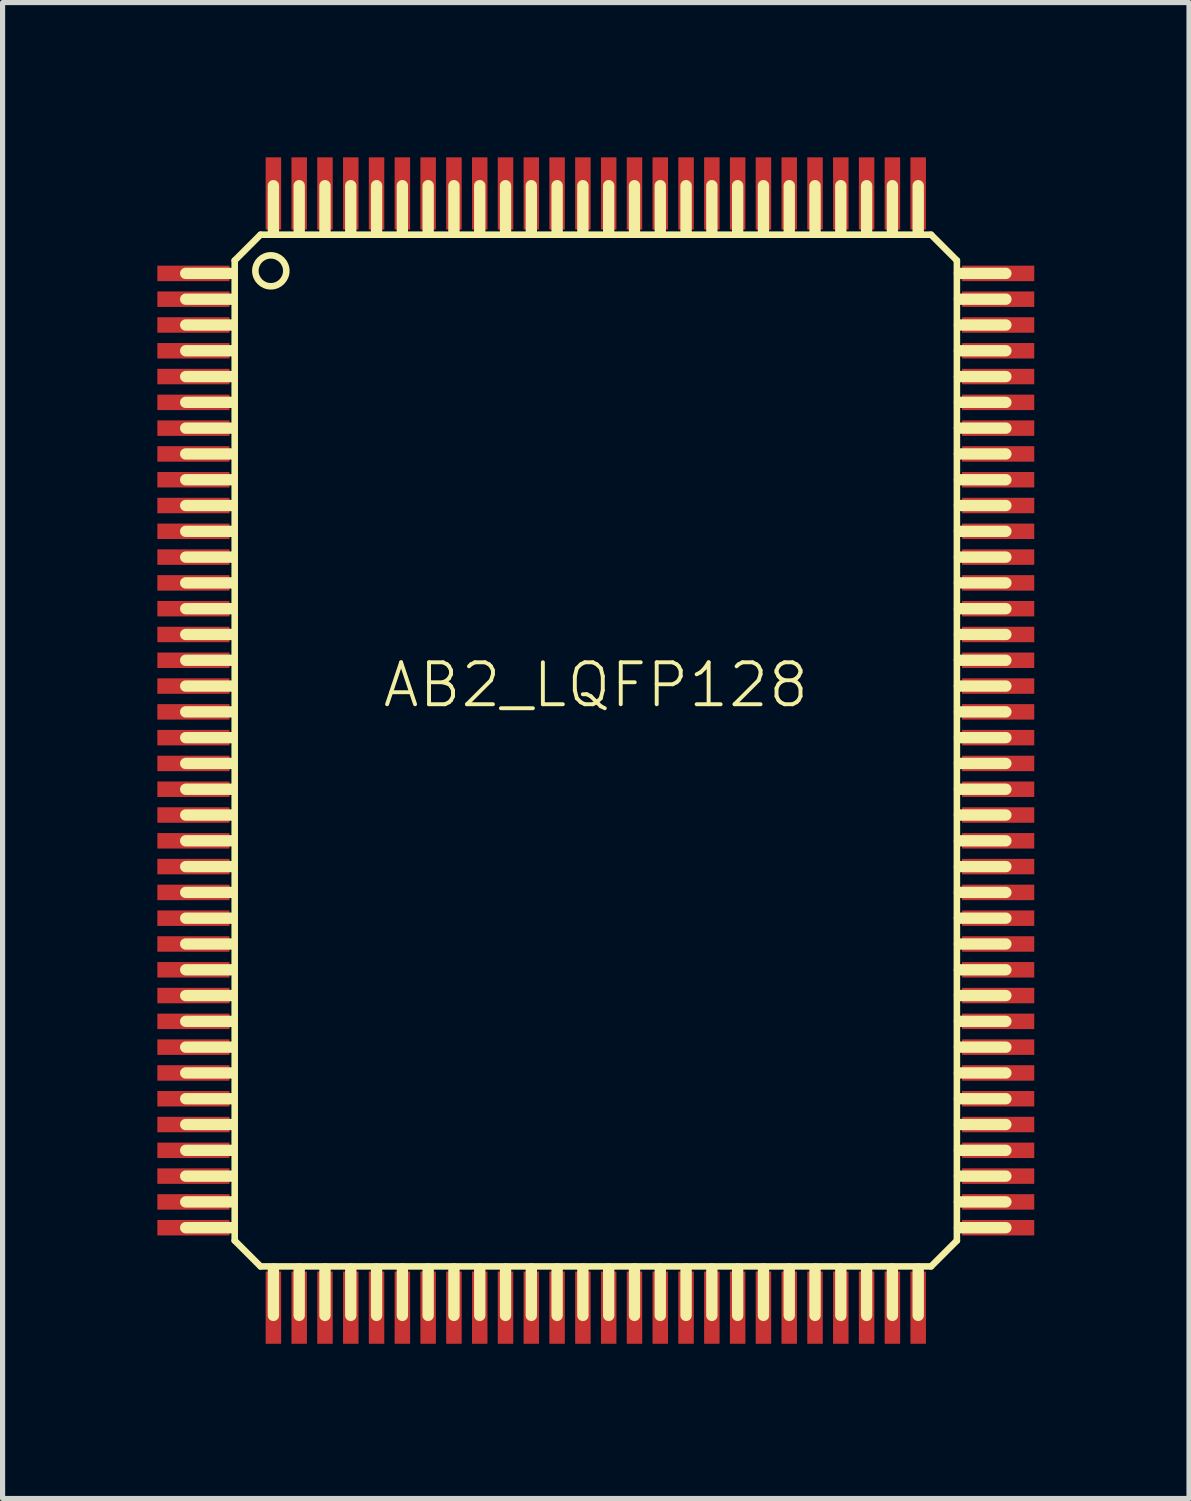
<source format=kicad_pcb>
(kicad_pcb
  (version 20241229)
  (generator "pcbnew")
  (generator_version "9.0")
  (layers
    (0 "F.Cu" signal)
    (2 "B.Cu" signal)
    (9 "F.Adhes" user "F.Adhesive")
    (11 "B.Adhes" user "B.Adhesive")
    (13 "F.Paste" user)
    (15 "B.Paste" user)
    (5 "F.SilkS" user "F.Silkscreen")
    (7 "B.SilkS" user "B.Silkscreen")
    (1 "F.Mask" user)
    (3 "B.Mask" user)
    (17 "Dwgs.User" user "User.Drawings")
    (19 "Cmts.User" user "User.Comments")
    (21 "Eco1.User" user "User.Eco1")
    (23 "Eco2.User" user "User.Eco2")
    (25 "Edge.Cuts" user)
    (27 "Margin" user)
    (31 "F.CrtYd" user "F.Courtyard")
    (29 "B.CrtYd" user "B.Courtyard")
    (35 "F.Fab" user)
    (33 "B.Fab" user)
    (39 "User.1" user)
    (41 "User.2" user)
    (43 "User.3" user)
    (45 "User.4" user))
  (footprint "AB2_LQFP128"
    (layer "F.Cu")
    (at 8.5 11.5)
    (property "Reference" "AB2_LQFP128" (at 0 -1.27 0) (layer "F.SilkS") (effects (font (size 0.813 0.813) (thickness 0.076))))
    (attr through_hole)
    (fp_line (start -7.05 -9.25) (end -7.95 -9.25) (stroke (width 0.22) (type solid)) (layer "F.SilkS"))
    (fp_line (start -7.05 -8.75) (end -7.95 -8.75) (stroke (width 0.22) (type solid)) (layer "F.SilkS"))
    (fp_line (start -7.05 -8.25) (end -7.95 -8.25) (stroke (width 0.22) (type solid)) (layer "F.SilkS"))
    (fp_line (start -7.05 -7.75) (end -7.95 -7.75) (stroke (width 0.22) (type solid)) (layer "F.SilkS"))
    (fp_line (start -7.05 -7.25) (end -7.95 -7.25) (stroke (width 0.22) (type solid)) (layer "F.SilkS"))
    (fp_line (start -7.05 -6.75) (end -7.95 -6.75) (stroke (width 0.22) (type solid)) (layer "F.SilkS"))
    (fp_line (start -7.05 -6.25) (end -7.95 -6.25) (stroke (width 0.22) (type solid)) (layer "F.SilkS"))
    (fp_line (start -7.05 -5.75) (end -7.95 -5.75) (stroke (width 0.22) (type solid)) (layer "F.SilkS"))
    (fp_line (start -7.05 -5.25) (end -7.95 -5.25) (stroke (width 0.22) (type solid)) (layer "F.SilkS"))
    (fp_line (start -7.05 -4.75) (end -7.95 -4.75) (stroke (width 0.22) (type solid)) (layer "F.SilkS"))
    (fp_line (start -7.05 -4.25) (end -7.95 -4.25) (stroke (width 0.22) (type solid)) (layer "F.SilkS"))
    (fp_line (start -7.05 -3.75) (end -7.95 -3.75) (stroke (width 0.22) (type solid)) (layer "F.SilkS"))
    (fp_line (start -7.05 -3.25) (end -7.95 -3.25) (stroke (width 0.22) (type solid)) (layer "F.SilkS"))
    (fp_line (start -7.05 -2.75) (end -7.95 -2.75) (stroke (width 0.22) (type solid)) (layer "F.SilkS"))
    (fp_line (start -7.05 -2.25) (end -7.95 -2.25) (stroke (width 0.22) (type solid)) (layer "F.SilkS"))
    (fp_line (start -7.05 -1.75) (end -7.95 -1.75) (stroke (width 0.22) (type solid)) (layer "F.SilkS"))
    (fp_line (start -7.05 -1.25) (end -7.95 -1.25) (stroke (width 0.22) (type solid)) (layer "F.SilkS"))
    (fp_line (start -7.05 -0.75) (end -7.95 -0.75) (stroke (width 0.22) (type solid)) (layer "F.SilkS"))
    (fp_line (start -7.05 -0.25) (end -7.95 -0.25) (stroke (width 0.22) (type solid)) (layer "F.SilkS"))
    (fp_line (start -7.05 0.25) (end -7.95 0.25) (stroke (width 0.22) (type solid)) (layer "F.SilkS"))
    (fp_line (start -7.05 0.75) (end -7.95 0.75) (stroke (width 0.22) (type solid)) (layer "F.SilkS"))
    (fp_line (start -7.05 1.25) (end -7.95 1.25) (stroke (width 0.22) (type solid)) (layer "F.SilkS"))
    (fp_line (start -7.05 1.75) (end -7.95 1.75) (stroke (width 0.22) (type solid)) (layer "F.SilkS"))
    (fp_line (start -7.05 2.25) (end -7.95 2.25) (stroke (width 0.22) (type solid)) (layer "F.SilkS"))
    (fp_line (start -7.05 2.75) (end -7.95 2.75) (stroke (width 0.22) (type solid)) (layer "F.SilkS"))
    (fp_line (start -7.05 3.25) (end -7.95 3.25) (stroke (width 0.22) (type solid)) (layer "F.SilkS"))
    (fp_line (start -7.05 3.75) (end -7.95 3.75) (stroke (width 0.22) (type solid)) (layer "F.SilkS"))
    (fp_line (start -7.05 4.25) (end -7.95 4.25) (stroke (width 0.22) (type solid)) (layer "F.SilkS"))
    (fp_line (start -7.05 4.75) (end -7.95 4.75) (stroke (width 0.22) (type solid)) (layer "F.SilkS"))
    (fp_line (start -7.05 5.25) (end -7.95 5.25) (stroke (width 0.22) (type solid)) (layer "F.SilkS"))
    (fp_line (start -7.05 5.75) (end -7.95 5.75) (stroke (width 0.22) (type solid)) (layer "F.SilkS"))
    (fp_line (start -7.05 6.25) (end -7.95 6.25) (stroke (width 0.22) (type solid)) (layer "F.SilkS"))
    (fp_line (start -7.05 6.75) (end -7.95 6.75) (stroke (width 0.22) (type solid)) (layer "F.SilkS"))
    (fp_line (start -7.05 7.25) (end -7.95 7.25) (stroke (width 0.22) (type solid)) (layer "F.SilkS"))
    (fp_line (start -7.05 7.75) (end -7.95 7.75) (stroke (width 0.22) (type solid)) (layer "F.SilkS"))
    (fp_line (start -7.05 8.25) (end -7.95 8.25) (stroke (width 0.22) (type solid)) (layer "F.SilkS"))
    (fp_line (start -7.05 8.75) (end -7.95 8.75) (stroke (width 0.22) (type solid)) (layer "F.SilkS"))
    (fp_line (start -7.05 9.25) (end -7.95 9.25) (stroke (width 0.22) (type solid)) (layer "F.SilkS"))
    (fp_line (start -7 -9.5) (end -6.5 -10) (stroke (width 0.127) (type solid)) (layer "F.SilkS"))
    (fp_line (start -7 9.5) (end -7 -9.5) (stroke (width 0.127) (type solid)) (layer "F.SilkS"))
    (fp_line (start -6.5 -10) (end 6.5 -10) (stroke (width 0.127) (type solid)) (layer "F.SilkS"))
    (fp_line (start -6.5 10) (end -7 9.5) (stroke (width 0.127) (type solid)) (layer "F.SilkS"))
    (fp_line (start -6.25 -10.95) (end -6.25 -10.05) (stroke (width 0.22) (type solid)) (layer "F.SilkS"))
    (fp_line (start -6.25 10.05) (end -6.25 10.95) (stroke (width 0.22) (type solid)) (layer "F.SilkS"))
    (fp_line (start -5.75 -10.95) (end -5.75 -10.05) (stroke (width 0.22) (type solid)) (layer "F.SilkS"))
    (fp_line (start -5.75 10.05) (end -5.75 10.95) (stroke (width 0.22) (type solid)) (layer "F.SilkS"))
    (fp_line (start -5.25 -10.95) (end -5.25 -10.05) (stroke (width 0.22) (type solid)) (layer "F.SilkS"))
    (fp_line (start -5.25 10.05) (end -5.25 10.95) (stroke (width 0.22) (type solid)) (layer "F.SilkS"))
    (fp_line (start -4.75 -10.95) (end -4.75 -10.05) (stroke (width 0.22) (type solid)) (layer "F.SilkS"))
    (fp_line (start -4.75 10.05) (end -4.75 10.95) (stroke (width 0.22) (type solid)) (layer "F.SilkS"))
    (fp_line (start -4.25 -10.95) (end -4.25 -10.05) (stroke (width 0.22) (type solid)) (layer "F.SilkS"))
    (fp_line (start -4.25 10.05) (end -4.25 10.95) (stroke (width 0.22) (type solid)) (layer "F.SilkS"))
    (fp_line (start -3.75 -10.95) (end -3.75 -10.05) (stroke (width 0.22) (type solid)) (layer "F.SilkS"))
    (fp_line (start -3.75 10.05) (end -3.75 10.95) (stroke (width 0.22) (type solid)) (layer "F.SilkS"))
    (fp_line (start -3.25 -10.95) (end -3.25 -10.05) (stroke (width 0.22) (type solid)) (layer "F.SilkS"))
    (fp_line (start -3.25 10.05) (end -3.25 10.95) (stroke (width 0.22) (type solid)) (layer "F.SilkS"))
    (fp_line (start -2.75 -10.95) (end -2.75 -10.05) (stroke (width 0.22) (type solid)) (layer "F.SilkS"))
    (fp_line (start -2.75 10.05) (end -2.75 10.95) (stroke (width 0.22) (type solid)) (layer "F.SilkS"))
    (fp_line (start -2.25 -10.95) (end -2.25 -10.05) (stroke (width 0.22) (type solid)) (layer "F.SilkS"))
    (fp_line (start -2.25 10.05) (end -2.25 10.95) (stroke (width 0.22) (type solid)) (layer "F.SilkS"))
    (fp_line (start -1.75 -10.95) (end -1.75 -10.05) (stroke (width 0.22) (type solid)) (layer "F.SilkS"))
    (fp_line (start -1.75 10.05) (end -1.75 10.95) (stroke (width 0.22) (type solid)) (layer "F.SilkS"))
    (fp_line (start -1.25 -10.95) (end -1.25 -10.05) (stroke (width 0.22) (type solid)) (layer "F.SilkS"))
    (fp_line (start -1.25 10.05) (end -1.25 10.95) (stroke (width 0.22) (type solid)) (layer "F.SilkS"))
    (fp_line (start -0.75 -10.95) (end -0.75 -10.05) (stroke (width 0.22) (type solid)) (layer "F.SilkS"))
    (fp_line (start -0.75 10.05) (end -0.75 10.95) (stroke (width 0.22) (type solid)) (layer "F.SilkS"))
    (fp_line (start -0.25 -10.95) (end -0.25 -10.05) (stroke (width 0.22) (type solid)) (layer "F.SilkS"))
    (fp_line (start -0.25 10.05) (end -0.25 10.95) (stroke (width 0.22) (type solid)) (layer "F.SilkS"))
    (fp_line (start 0.25 -10.95) (end 0.25 -10.05) (stroke (width 0.22) (type solid)) (layer "F.SilkS"))
    (fp_line (start 0.25 10.05) (end 0.25 10.95) (stroke (width 0.22) (type solid)) (layer "F.SilkS"))
    (fp_line (start 0.75 -10.95) (end 0.75 -10.05) (stroke (width 0.22) (type solid)) (layer "F.SilkS"))
    (fp_line (start 0.75 10.05) (end 0.75 10.95) (stroke (width 0.22) (type solid)) (layer "F.SilkS"))
    (fp_line (start 1.25 -10.95) (end 1.25 -10.05) (stroke (width 0.22) (type solid)) (layer "F.SilkS"))
    (fp_line (start 1.25 10.05) (end 1.25 10.95) (stroke (width 0.22) (type solid)) (layer "F.SilkS"))
    (fp_line (start 1.75 -10.95) (end 1.75 -10.05) (stroke (width 0.22) (type solid)) (layer "F.SilkS"))
    (fp_line (start 1.75 10.05) (end 1.75 10.95) (stroke (width 0.22) (type solid)) (layer "F.SilkS"))
    (fp_line (start 2.25 -10.95) (end 2.25 -10.05) (stroke (width 0.22) (type solid)) (layer "F.SilkS"))
    (fp_line (start 2.25 10.05) (end 2.25 10.95) (stroke (width 0.22) (type solid)) (layer "F.SilkS"))
    (fp_line (start 2.75 -10.95) (end 2.75 -10.05) (stroke (width 0.22) (type solid)) (layer "F.SilkS"))
    (fp_line (start 2.75 10.05) (end 2.75 10.95) (stroke (width 0.22) (type solid)) (layer "F.SilkS"))
    (fp_line (start 3.25 -10.95) (end 3.25 -10.05) (stroke (width 0.22) (type solid)) (layer "F.SilkS"))
    (fp_line (start 3.25 10.05) (end 3.25 10.95) (stroke (width 0.22) (type solid)) (layer "F.SilkS"))
    (fp_line (start 3.75 -10.95) (end 3.75 -10.05) (stroke (width 0.22) (type solid)) (layer "F.SilkS"))
    (fp_line (start 3.75 10.05) (end 3.75 10.95) (stroke (width 0.22) (type solid)) (layer "F.SilkS"))
    (fp_line (start 4.25 -10.95) (end 4.25 -10.05) (stroke (width 0.22) (type solid)) (layer "F.SilkS"))
    (fp_line (start 4.25 10.05) (end 4.25 10.95) (stroke (width 0.22) (type solid)) (layer "F.SilkS"))
    (fp_line (start 4.75 -10.95) (end 4.75 -10.05) (stroke (width 0.22) (type solid)) (layer "F.SilkS"))
    (fp_line (start 4.75 10.05) (end 4.75 10.95) (stroke (width 0.22) (type solid)) (layer "F.SilkS"))
    (fp_line (start 5.25 -10.95) (end 5.25 -10.05) (stroke (width 0.22) (type solid)) (layer "F.SilkS"))
    (fp_line (start 5.25 10.05) (end 5.25 10.95) (stroke (width 0.22) (type solid)) (layer "F.SilkS"))
    (fp_line (start 5.75 -10.95) (end 5.75 -10.05) (stroke (width 0.22) (type solid)) (layer "F.SilkS"))
    (fp_line (start 5.75 10.05) (end 5.75 10.95) (stroke (width 0.22) (type solid)) (layer "F.SilkS"))
    (fp_line (start 6.25 -10.95) (end 6.25 -10.05) (stroke (width 0.22) (type solid)) (layer "F.SilkS"))
    (fp_line (start 6.25 10.05) (end 6.25 10.95) (stroke (width 0.22) (type solid)) (layer "F.SilkS"))
    (fp_line (start 6.5 -10) (end 7 -9.5) (stroke (width 0.127) (type solid)) (layer "F.SilkS"))
    (fp_line (start 6.5 10) (end -6.5 10) (stroke (width 0.127) (type solid)) (layer "F.SilkS"))
    (fp_line (start 7 -9.5) (end 7 9.5) (stroke (width 0.127) (type solid)) (layer "F.SilkS"))
    (fp_line (start 7 9.5) (end 6.5 10) (stroke (width 0.127) (type solid)) (layer "F.SilkS"))
    (fp_line (start 7.95 -9.25) (end 7.05 -9.25) (stroke (width 0.22) (type solid)) (layer "F.SilkS"))
    (fp_line (start 7.95 -8.75) (end 7.05 -8.75) (stroke (width 0.22) (type solid)) (layer "F.SilkS"))
    (fp_line (start 7.95 -8.25) (end 7.05 -8.25) (stroke (width 0.22) (type solid)) (layer "F.SilkS"))
    (fp_line (start 7.95 -7.75) (end 7.05 -7.75) (stroke (width 0.22) (type solid)) (layer "F.SilkS"))
    (fp_line (start 7.95 -7.25) (end 7.05 -7.25) (stroke (width 0.22) (type solid)) (layer "F.SilkS"))
    (fp_line (start 7.95 -6.75) (end 7.05 -6.75) (stroke (width 0.22) (type solid)) (layer "F.SilkS"))
    (fp_line (start 7.95 -6.25) (end 7.05 -6.25) (stroke (width 0.22) (type solid)) (layer "F.SilkS"))
    (fp_line (start 7.95 -5.75) (end 7.05 -5.75) (stroke (width 0.22) (type solid)) (layer "F.SilkS"))
    (fp_line (start 7.95 -5.25) (end 7.05 -5.25) (stroke (width 0.22) (type solid)) (layer "F.SilkS"))
    (fp_line (start 7.95 -4.75) (end 7.05 -4.75) (stroke (width 0.22) (type solid)) (layer "F.SilkS"))
    (fp_line (start 7.95 -4.25) (end 7.05 -4.25) (stroke (width 0.22) (type solid)) (layer "F.SilkS"))
    (fp_line (start 7.95 -3.75) (end 7.05 -3.75) (stroke (width 0.22) (type solid)) (layer "F.SilkS"))
    (fp_line (start 7.95 -3.25) (end 7.05 -3.25) (stroke (width 0.22) (type solid)) (layer "F.SilkS"))
    (fp_line (start 7.95 -2.75) (end 7.05 -2.75) (stroke (width 0.22) (type solid)) (layer "F.SilkS"))
    (fp_line (start 7.95 -2.25) (end 7.05 -2.25) (stroke (width 0.22) (type solid)) (layer "F.SilkS"))
    (fp_line (start 7.95 -1.75) (end 7.05 -1.75) (stroke (width 0.22) (type solid)) (layer "F.SilkS"))
    (fp_line (start 7.95 -1.25) (end 7.05 -1.25) (stroke (width 0.22) (type solid)) (layer "F.SilkS"))
    (fp_line (start 7.95 -0.75) (end 7.05 -0.75) (stroke (width 0.22) (type solid)) (layer "F.SilkS"))
    (fp_line (start 7.95 -0.25) (end 7.05 -0.25) (stroke (width 0.22) (type solid)) (layer "F.SilkS"))
    (fp_line (start 7.95 0.25) (end 7.05 0.25) (stroke (width 0.22) (type solid)) (layer "F.SilkS"))
    (fp_line (start 7.95 0.75) (end 7.05 0.75) (stroke (width 0.22) (type solid)) (layer "F.SilkS"))
    (fp_line (start 7.95 1.25) (end 7.05 1.25) (stroke (width 0.22) (type solid)) (layer "F.SilkS"))
    (fp_line (start 7.95 1.75) (end 7.05 1.75) (stroke (width 0.22) (type solid)) (layer "F.SilkS"))
    (fp_line (start 7.95 2.25) (end 7.05 2.25) (stroke (width 0.22) (type solid)) (layer "F.SilkS"))
    (fp_line (start 7.95 2.75) (end 7.05 2.75) (stroke (width 0.22) (type solid)) (layer "F.SilkS"))
    (fp_line (start 7.95 3.25) (end 7.05 3.25) (stroke (width 0.22) (type solid)) (layer "F.SilkS"))
    (fp_line (start 7.95 3.75) (end 7.05 3.75) (stroke (width 0.22) (type solid)) (layer "F.SilkS"))
    (fp_line (start 7.95 4.25) (end 7.05 4.25) (stroke (width 0.22) (type solid)) (layer "F.SilkS"))
    (fp_line (start 7.95 4.75) (end 7.05 4.75) (stroke (width 0.22) (type solid)) (layer "F.SilkS"))
    (fp_line (start 7.95 5.25) (end 7.05 5.25) (stroke (width 0.22) (type solid)) (layer "F.SilkS"))
    (fp_line (start 7.95 5.75) (end 7.05 5.75) (stroke (width 0.22) (type solid)) (layer "F.SilkS"))
    (fp_line (start 7.95 6.25) (end 7.05 6.25) (stroke (width 0.22) (type solid)) (layer "F.SilkS"))
    (fp_line (start 7.95 6.75) (end 7.05 6.75) (stroke (width 0.22) (type solid)) (layer "F.SilkS"))
    (fp_line (start 7.95 7.25) (end 7.05 7.25) (stroke (width 0.22) (type solid)) (layer "F.SilkS"))
    (fp_line (start 7.95 7.75) (end 7.05 7.75) (stroke (width 0.22) (type solid)) (layer "F.SilkS"))
    (fp_line (start 7.95 8.25) (end 7.05 8.25) (stroke (width 0.22) (type solid)) (layer "F.SilkS"))
    (fp_line (start 7.95 8.75) (end 7.05 8.75) (stroke (width 0.22) (type solid)) (layer "F.SilkS"))
    (fp_line (start 7.95 9.25) (end 7.05 9.25) (stroke (width 0.22) (type solid)) (layer "F.SilkS"))
    (fp_circle (center -6.3 -9.3) (end -6.3 -9.6) (stroke (width 0.127) (type solid)) (fill no) (layer "F.SilkS"))
    (pad "1" smd rect (at -7.8 -9.25) (size 1.4 0.3) (layers "F.Cu" "F.Mask" "F.Paste"))
    (pad "2" smd rect (at -7.8 -8.75) (size 1.4 0.3) (layers "F.Cu" "F.Mask" "F.Paste"))
    (pad "3" smd rect (at -7.8 -8.25) (size 1.4 0.3) (layers "F.Cu" "F.Mask" "F.Paste"))
    (pad "4" smd rect (at -7.8 -7.75) (size 1.4 0.3) (layers "F.Cu" "F.Mask" "F.Paste"))
    (pad "5" smd rect (at -7.8 -7.25) (size 1.4 0.3) (layers "F.Cu" "F.Mask" "F.Paste"))
    (pad "6" smd rect (at -7.8 -6.75) (size 1.4 0.3) (layers "F.Cu" "F.Mask" "F.Paste"))
    (pad "7" smd rect (at -7.8 -6.25) (size 1.4 0.3) (layers "F.Cu" "F.Mask" "F.Paste"))
    (pad "8" smd rect (at -7.8 -5.75) (size 1.4 0.3) (layers "F.Cu" "F.Mask" "F.Paste"))
    (pad "9" smd rect (at -7.8 -5.25) (size 1.4 0.3) (layers "F.Cu" "F.Mask" "F.Paste"))
    (pad "10" smd rect (at -7.8 -4.75) (size 1.4 0.3) (layers "F.Cu" "F.Mask" "F.Paste"))
    (pad "11" smd rect (at -7.8 -4.25) (size 1.4 0.3) (layers "F.Cu" "F.Mask" "F.Paste"))
    (pad "12" smd rect (at -7.8 -3.75) (size 1.4 0.3) (layers "F.Cu" "F.Mask" "F.Paste"))
    (pad "13" smd rect (at -7.8 -3.25) (size 1.4 0.3) (layers "F.Cu" "F.Mask" "F.Paste"))
    (pad "14" smd rect (at -7.8 -2.75) (size 1.4 0.3) (layers "F.Cu" "F.Mask" "F.Paste"))
    (pad "15" smd rect (at -7.8 -2.25) (size 1.4 0.3) (layers "F.Cu" "F.Mask" "F.Paste"))
    (pad "16" smd rect (at -7.8 -1.75) (size 1.4 0.3) (layers "F.Cu" "F.Mask" "F.Paste"))
    (pad "17" smd rect (at -7.8 -1.25) (size 1.4 0.3) (layers "F.Cu" "F.Mask" "F.Paste"))
    (pad "18" smd rect (at -7.8 -0.75) (size 1.4 0.3) (layers "F.Cu" "F.Mask" "F.Paste"))
    (pad "19" smd rect (at -7.8 -0.25) (size 1.4 0.3) (layers "F.Cu" "F.Mask" "F.Paste"))
    (pad "20" smd rect (at -7.8 0.25) (size 1.4 0.3) (layers "F.Cu" "F.Mask" "F.Paste"))
    (pad "21" smd rect (at -7.8 0.75) (size 1.4 0.3) (layers "F.Cu" "F.Mask" "F.Paste"))
    (pad "22" smd rect (at -7.8 1.25) (size 1.4 0.3) (layers "F.Cu" "F.Mask" "F.Paste"))
    (pad "23" smd rect (at -7.8 1.75) (size 1.4 0.3) (layers "F.Cu" "F.Mask" "F.Paste"))
    (pad "24" smd rect (at -7.8 2.25) (size 1.4 0.3) (layers "F.Cu" "F.Mask" "F.Paste"))
    (pad "25" smd rect (at -7.8 2.75) (size 1.4 0.3) (layers "F.Cu" "F.Mask" "F.Paste"))
    (pad "26" smd rect (at -7.8 3.25) (size 1.4 0.3) (layers "F.Cu" "F.Mask" "F.Paste"))
    (pad "27" smd rect (at -7.8 3.75) (size 1.4 0.3) (layers "F.Cu" "F.Mask" "F.Paste"))
    (pad "28" smd rect (at -7.8 4.25) (size 1.4 0.3) (layers "F.Cu" "F.Mask" "F.Paste"))
    (pad "29" smd rect (at -7.8 4.75) (size 1.4 0.3) (layers "F.Cu" "F.Mask" "F.Paste"))
    (pad "30" smd rect (at -7.8 5.25) (size 1.4 0.3) (layers "F.Cu" "F.Mask" "F.Paste"))
    (pad "31" smd rect (at -7.8 5.75) (size 1.4 0.3) (layers "F.Cu" "F.Mask" "F.Paste"))
    (pad "32" smd rect (at -7.8 6.25) (size 1.4 0.3) (layers "F.Cu" "F.Mask" "F.Paste"))
    (pad "33" smd rect (at -7.8 6.75) (size 1.4 0.3) (layers "F.Cu" "F.Mask" "F.Paste"))
    (pad "34" smd rect (at -7.8 7.25) (size 1.4 0.3) (layers "F.Cu" "F.Mask" "F.Paste"))
    (pad "35" smd rect (at -7.8 7.75) (size 1.4 0.3) (layers "F.Cu" "F.Mask" "F.Paste"))
    (pad "36" smd rect (at -7.8 8.25) (size 1.4 0.3) (layers "F.Cu" "F.Mask" "F.Paste"))
    (pad "37" smd rect (at -7.8 8.75) (size 1.4 0.3) (layers "F.Cu" "F.Mask" "F.Paste"))
    (pad "38" smd rect (at -7.8 9.25) (size 1.4 0.3) (layers "F.Cu" "F.Mask" "F.Paste"))
    (pad "39" smd rect (at -6.25 10.8 90) (size 1.4 0.3) (layers "F.Cu" "F.Mask" "F.Paste"))
    (pad "40" smd rect (at -5.75 10.8 90) (size 1.4 0.3) (layers "F.Cu" "F.Mask" "F.Paste"))
    (pad "41" smd rect (at -5.25 10.8 90) (size 1.4 0.3) (layers "F.Cu" "F.Mask" "F.Paste"))
    (pad "42" smd rect (at -4.75 10.8 90) (size 1.4 0.3) (layers "F.Cu" "F.Mask" "F.Paste"))
    (pad "43" smd rect (at -4.25 10.8 90) (size 1.4 0.3) (layers "F.Cu" "F.Mask" "F.Paste"))
    (pad "44" smd rect (at -3.75 10.8 90) (size 1.4 0.3) (layers "F.Cu" "F.Mask" "F.Paste"))
    (pad "45" smd rect (at -3.25 10.8 90) (size 1.4 0.3) (layers "F.Cu" "F.Mask" "F.Paste"))
    (pad "46" smd rect (at -2.75 10.8 90) (size 1.4 0.3) (layers "F.Cu" "F.Mask" "F.Paste"))
    (pad "47" smd rect (at -2.25 10.8 90) (size 1.4 0.3) (layers "F.Cu" "F.Mask" "F.Paste"))
    (pad "48" smd rect (at -1.75 10.8 90) (size 1.4 0.3) (layers "F.Cu" "F.Mask" "F.Paste"))
    (pad "49" smd rect (at -1.25 10.8 90) (size 1.4 0.3) (layers "F.Cu" "F.Mask" "F.Paste"))
    (pad "50" smd rect (at -0.75 10.8 90) (size 1.4 0.3) (layers "F.Cu" "F.Mask" "F.Paste"))
    (pad "51" smd rect (at -0.25 10.8 90) (size 1.4 0.3) (layers "F.Cu" "F.Mask" "F.Paste"))
    (pad "52" smd rect (at 0.25 10.8 90) (size 1.4 0.3) (layers "F.Cu" "F.Mask" "F.Paste"))
    (pad "53" smd rect (at 0.75 10.8 90) (size 1.4 0.3) (layers "F.Cu" "F.Mask" "F.Paste"))
    (pad "54" smd rect (at 1.25 10.8 90) (size 1.4 0.3) (layers "F.Cu" "F.Mask" "F.Paste"))
    (pad "55" smd rect (at 1.75 10.8 90) (size 1.4 0.3) (layers "F.Cu" "F.Mask" "F.Paste"))
    (pad "56" smd rect (at 2.25 10.8 90) (size 1.4 0.3) (layers "F.Cu" "F.Mask" "F.Paste"))
    (pad "57" smd rect (at 2.75 10.8 90) (size 1.4 0.3) (layers "F.Cu" "F.Mask" "F.Paste"))
    (pad "58" smd rect (at 3.25 10.8 90) (size 1.4 0.3) (layers "F.Cu" "F.Mask" "F.Paste"))
    (pad "59" smd rect (at 3.75 10.8 90) (size 1.4 0.3) (layers "F.Cu" "F.Mask" "F.Paste"))
    (pad "60" smd rect (at 4.25 10.8 90) (size 1.4 0.3) (layers "F.Cu" "F.Mask" "F.Paste"))
    (pad "61" smd rect (at 4.75 10.8 90) (size 1.4 0.3) (layers "F.Cu" "F.Mask" "F.Paste"))
    (pad "62" smd rect (at 5.25 10.8 90) (size 1.4 0.3) (layers "F.Cu" "F.Mask" "F.Paste"))
    (pad "63" smd rect (at 5.75 10.8 90) (size 1.4 0.3) (layers "F.Cu" "F.Mask" "F.Paste"))
    (pad "64" smd rect (at 6.25 10.8 90) (size 1.4 0.3) (layers "F.Cu" "F.Mask" "F.Paste"))
    (pad "65" smd rect (at 7.8 9.25) (size 1.4 0.3) (layers "F.Cu" "F.Mask" "F.Paste"))
    (pad "66" smd rect (at 7.8 8.75) (size 1.4 0.3) (layers "F.Cu" "F.Mask" "F.Paste"))
    (pad "67" smd rect (at 7.8 8.25) (size 1.4 0.3) (layers "F.Cu" "F.Mask" "F.Paste"))
    (pad "68" smd rect (at 7.8 7.75) (size 1.4 0.3) (layers "F.Cu" "F.Mask" "F.Paste"))
    (pad "69" smd rect (at 7.8 7.25) (size 1.4 0.3) (layers "F.Cu" "F.Mask" "F.Paste"))
    (pad "70" smd rect (at 7.8 6.75) (size 1.4 0.3) (layers "F.Cu" "F.Mask" "F.Paste"))
    (pad "71" smd rect (at 7.8 6.25) (size 1.4 0.3) (layers "F.Cu" "F.Mask" "F.Paste"))
    (pad "72" smd rect (at 7.8 5.75) (size 1.4 0.3) (layers "F.Cu" "F.Mask" "F.Paste"))
    (pad "73" smd rect (at 7.8 5.25) (size 1.4 0.3) (layers "F.Cu" "F.Mask" "F.Paste"))
    (pad "74" smd rect (at 7.8 4.75) (size 1.4 0.3) (layers "F.Cu" "F.Mask" "F.Paste"))
    (pad "75" smd rect (at 7.8 4.25) (size 1.4 0.3) (layers "F.Cu" "F.Mask" "F.Paste"))
    (pad "76" smd rect (at 7.8 3.75) (size 1.4 0.3) (layers "F.Cu" "F.Mask" "F.Paste"))
    (pad "77" smd rect (at 7.8 3.25) (size 1.4 0.3) (layers "F.Cu" "F.Mask" "F.Paste"))
    (pad "78" smd rect (at 7.8 2.75) (size 1.4 0.3) (layers "F.Cu" "F.Mask" "F.Paste"))
    (pad "79" smd rect (at 7.8 2.25) (size 1.4 0.3) (layers "F.Cu" "F.Mask" "F.Paste"))
    (pad "80" smd rect (at 7.8 1.75) (size 1.4 0.3) (layers "F.Cu" "F.Mask" "F.Paste"))
    (pad "81" smd rect (at 7.8 1.25) (size 1.4 0.3) (layers "F.Cu" "F.Mask" "F.Paste"))
    (pad "82" smd rect (at 7.8 0.75) (size 1.4 0.3) (layers "F.Cu" "F.Mask" "F.Paste"))
    (pad "83" smd rect (at 7.8 0.25) (size 1.4 0.3) (layers "F.Cu" "F.Mask" "F.Paste"))
    (pad "84" smd rect (at 7.8 -0.25) (size 1.4 0.3) (layers "F.Cu" "F.Mask" "F.Paste"))
    (pad "85" smd rect (at 7.8 -0.75) (size 1.4 0.3) (layers "F.Cu" "F.Mask" "F.Paste"))
    (pad "86" smd rect (at 7.8 -1.25) (size 1.4 0.3) (layers "F.Cu" "F.Mask" "F.Paste"))
    (pad "87" smd rect (at 7.8 -1.75) (size 1.4 0.3) (layers "F.Cu" "F.Mask" "F.Paste"))
    (pad "88" smd rect (at 7.8 -2.25) (size 1.4 0.3) (layers "F.Cu" "F.Mask" "F.Paste"))
    (pad "89" smd rect (at 7.8 -2.75) (size 1.4 0.3) (layers "F.Cu" "F.Mask" "F.Paste"))
    (pad "90" smd rect (at 7.8 -3.25) (size 1.4 0.3) (layers "F.Cu" "F.Mask" "F.Paste"))
    (pad "91" smd rect (at 7.8 -3.75) (size 1.4 0.3) (layers "F.Cu" "F.Mask" "F.Paste"))
    (pad "92" smd rect (at 7.8 -4.25) (size 1.4 0.3) (layers "F.Cu" "F.Mask" "F.Paste"))
    (pad "93" smd rect (at 7.8 -4.75) (size 1.4 0.3) (layers "F.Cu" "F.Mask" "F.Paste"))
    (pad "94" smd rect (at 7.8 -5.25) (size 1.4 0.3) (layers "F.Cu" "F.Mask" "F.Paste"))
    (pad "95" smd rect (at 7.8 -5.75) (size 1.4 0.3) (layers "F.Cu" "F.Mask" "F.Paste"))
    (pad "96" smd rect (at 7.8 -6.25) (size 1.4 0.3) (layers "F.Cu" "F.Mask" "F.Paste"))
    (pad "97" smd rect (at 7.8 -6.75) (size 1.4 0.3) (layers "F.Cu" "F.Mask" "F.Paste"))
    (pad "98" smd rect (at 7.8 -7.25) (size 1.4 0.3) (layers "F.Cu" "F.Mask" "F.Paste"))
    (pad "99" smd rect (at 7.8 -7.75) (size 1.4 0.3) (layers "F.Cu" "F.Mask" "F.Paste"))
    (pad "100" smd rect (at 7.8 -8.25) (size 1.4 0.3) (layers "F.Cu" "F.Mask" "F.Paste"))
    (pad "101" smd rect (at 7.8 -8.75) (size 1.4 0.3) (layers "F.Cu" "F.Mask" "F.Paste"))
    (pad "102" smd rect (at 7.8 -9.25) (size 1.4 0.3) (layers "F.Cu" "F.Mask" "F.Paste"))
    (pad "103" smd rect (at 6.25 -10.8 90) (size 1.4 0.3) (layers "F.Cu" "F.Mask" "F.Paste"))
    (pad "104" smd rect (at 5.75 -10.8 90) (size 1.4 0.3) (layers "F.Cu" "F.Mask" "F.Paste"))
    (pad "105" smd rect (at 5.25 -10.8 90) (size 1.4 0.3) (layers "F.Cu" "F.Mask" "F.Paste"))
    (pad "106" smd rect (at 4.75 -10.8 90) (size 1.4 0.3) (layers "F.Cu" "F.Mask" "F.Paste"))
    (pad "107" smd rect (at 4.25 -10.8 90) (size 1.4 0.3) (layers "F.Cu" "F.Mask" "F.Paste"))
    (pad "108" smd rect (at 3.75 -10.8 90) (size 1.4 0.3) (layers "F.Cu" "F.Mask" "F.Paste"))
    (pad "109" smd rect (at 3.25 -10.8 90) (size 1.4 0.3) (layers "F.Cu" "F.Mask" "F.Paste"))
    (pad "110" smd rect (at 2.75 -10.8 90) (size 1.4 0.3) (layers "F.Cu" "F.Mask" "F.Paste"))
    (pad "111" smd rect (at 2.25 -10.8 90) (size 1.4 0.3) (layers "F.Cu" "F.Mask" "F.Paste"))
    (pad "112" smd rect (at 1.75 -10.8 90) (size 1.4 0.3) (layers "F.Cu" "F.Mask" "F.Paste"))
    (pad "113" smd rect (at 1.25 -10.8 90) (size 1.4 0.3) (layers "F.Cu" "F.Mask" "F.Paste"))
    (pad "114" smd rect (at 0.75 -10.8 90) (size 1.4 0.3) (layers "F.Cu" "F.Mask" "F.Paste"))
    (pad "115" smd rect (at 0.25 -10.8 90) (size 1.4 0.3) (layers "F.Cu" "F.Mask" "F.Paste"))
    (pad "116" smd rect (at -0.25 -10.8 90) (size 1.4 0.3) (layers "F.Cu" "F.Mask" "F.Paste"))
    (pad "117" smd rect (at -0.75 -10.8 90) (size 1.4 0.3) (layers "F.Cu" "F.Mask" "F.Paste"))
    (pad "118" smd rect (at -1.25 -10.8 90) (size 1.4 0.3) (layers "F.Cu" "F.Mask" "F.Paste"))
    (pad "119" smd rect (at -1.75 -10.8 90) (size 1.4 0.3) (layers "F.Cu" "F.Mask" "F.Paste"))
    (pad "120" smd rect (at -2.25 -10.8 90) (size 1.4 0.3) (layers "F.Cu" "F.Mask" "F.Paste"))
    (pad "121" smd rect (at -2.75 -10.8 90) (size 1.4 0.3) (layers "F.Cu" "F.Mask" "F.Paste"))
    (pad "122" smd rect (at -3.25 -10.8 90) (size 1.4 0.3) (layers "F.Cu" "F.Mask" "F.Paste"))
    (pad "123" smd rect (at -3.75 -10.8 90) (size 1.4 0.3) (layers "F.Cu" "F.Mask" "F.Paste"))
    (pad "124" smd rect (at -4.25 -10.8 90) (size 1.4 0.3) (layers "F.Cu" "F.Mask" "F.Paste"))
    (pad "125" smd rect (at -4.75 -10.8 90) (size 1.4 0.3) (layers "F.Cu" "F.Mask" "F.Paste"))
    (pad "126" smd rect (at -5.25 -10.8 90) (size 1.4 0.3) (layers "F.Cu" "F.Mask" "F.Paste"))
    (pad "127" smd rect (at -5.75 -10.8 90) (size 1.4 0.3) (layers "F.Cu" "F.Mask" "F.Paste"))
    (pad "128" smd rect (at -6.25 -10.8 90) (size 1.4 0.3) (layers "F.Cu" "F.Mask" "F.Paste")))
  (gr_rect
    (start -3 -3)
    (end 20 26)
    (stroke (width 0.1) (type default))
    (fill no)
    (layer "Edge.Cuts")))
</source>
